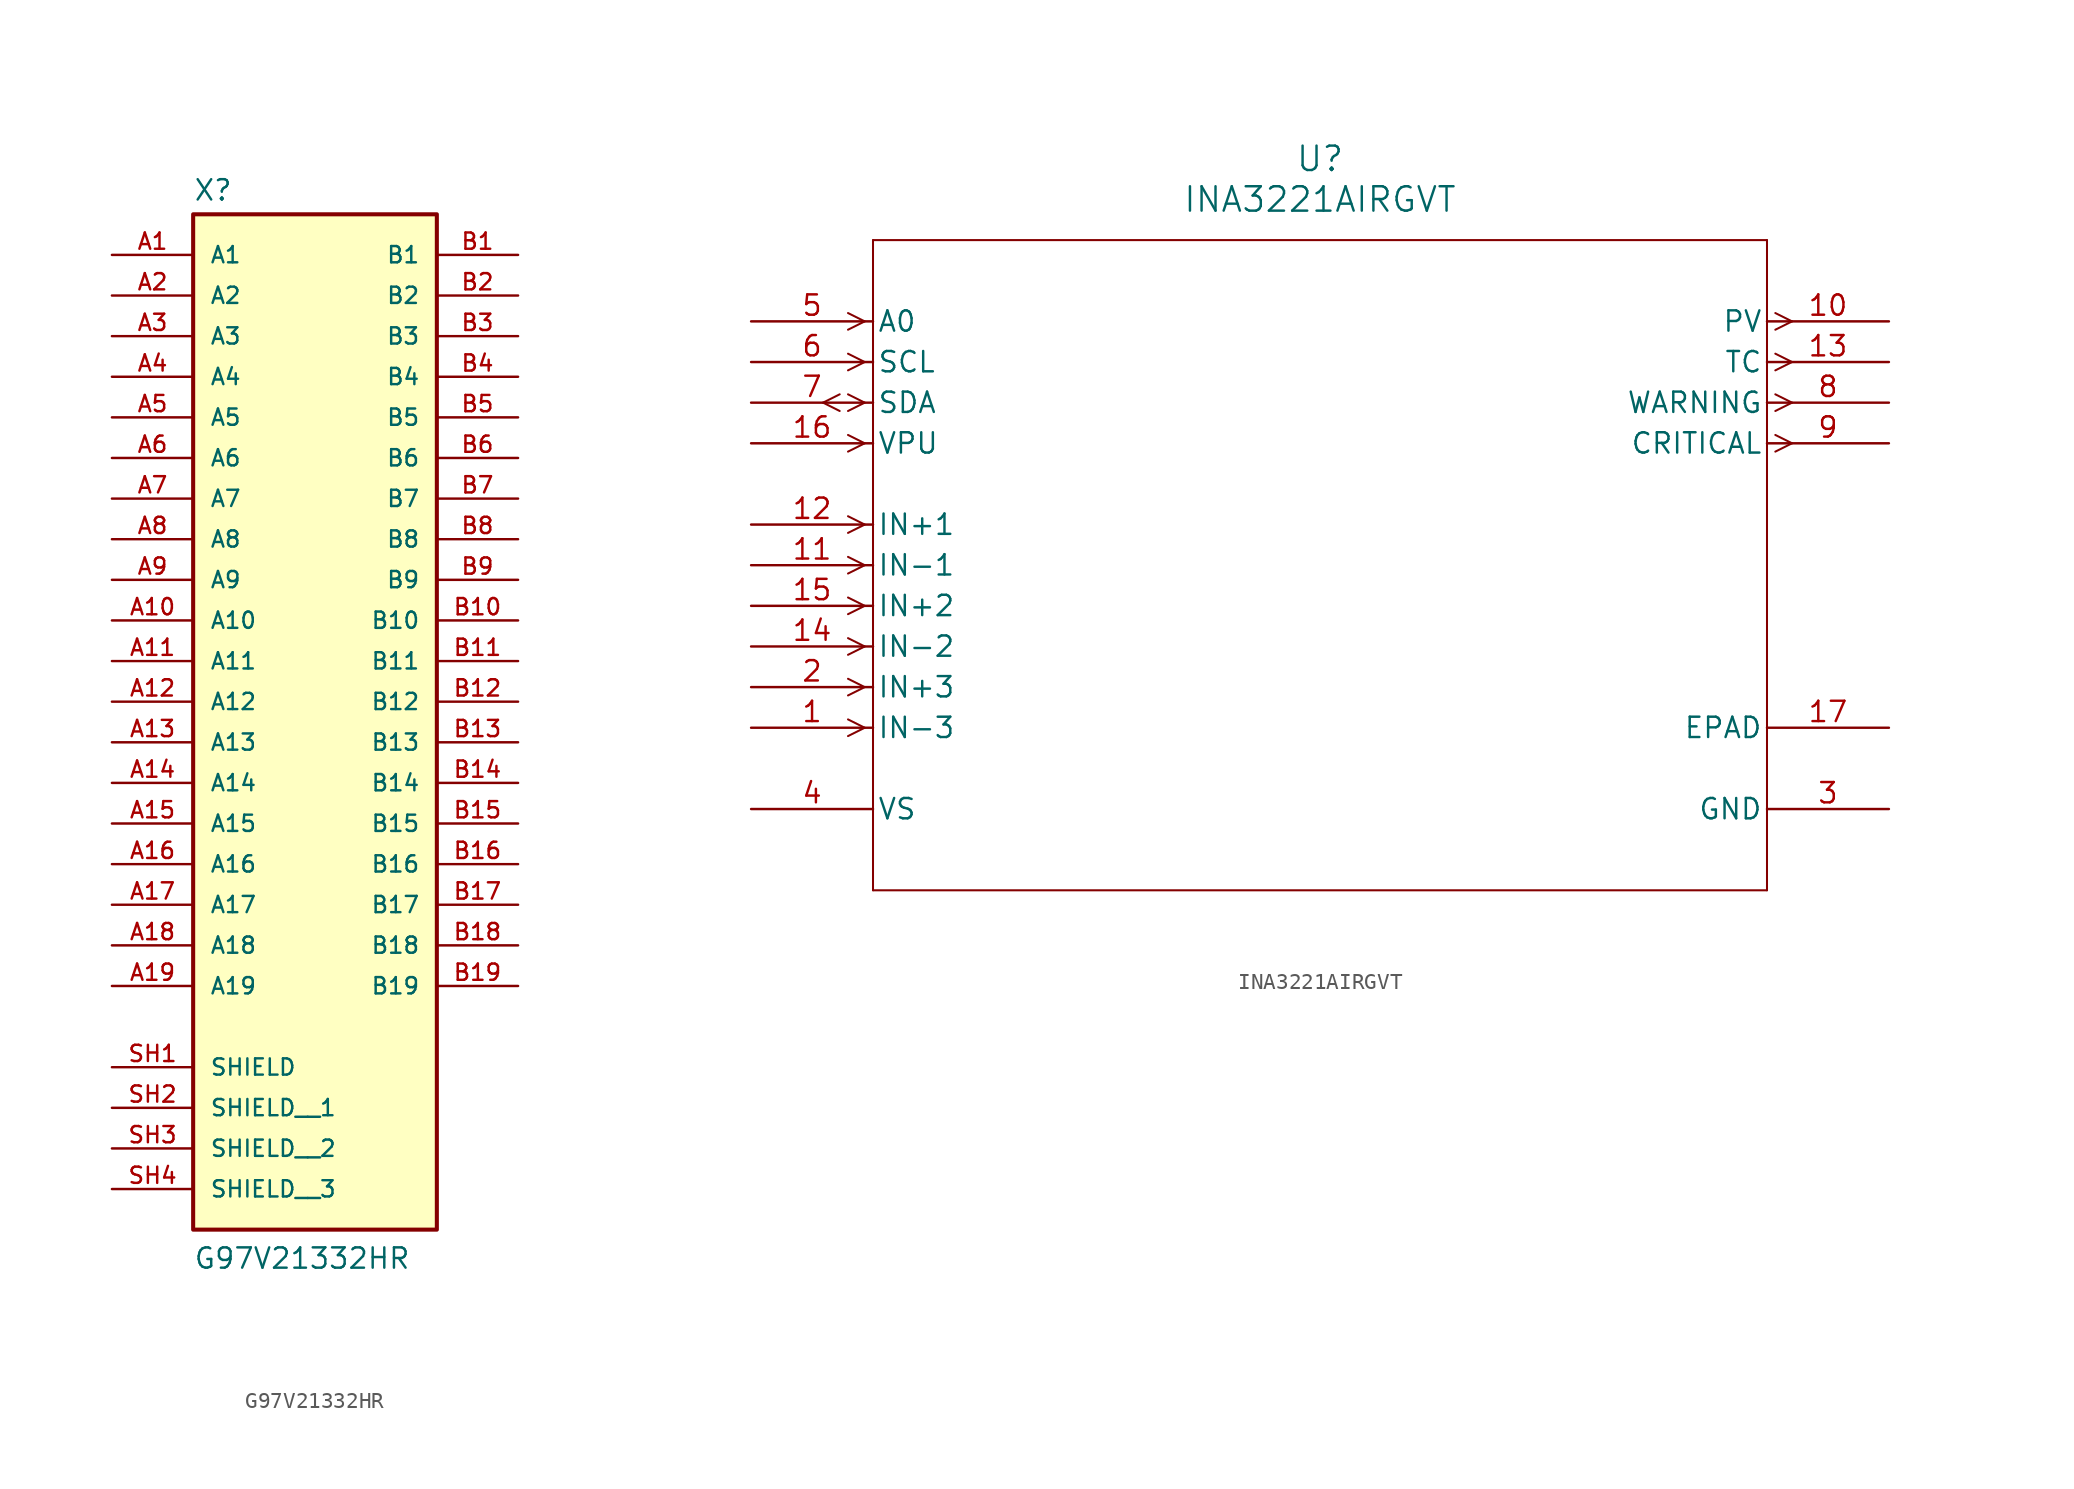
<source format=kicad_sym>
(kicad_symbol_lib
  (version 20241209)
  (generator "kicad_symbol_editor")
  (generator_version "9.0")
  (symbol "G97V21332HR"
    (pin_names
      (offset 1.016))
    (property "Reference" "X"
      (at -7.62 28.702 0)
      (effects (font (size 1.27 1.27)) (justify left bottom)))
    (property "Value" "G97V21332HR"
      (at -7.62 -38.1 0)
      (effects (font (size 1.27 1.27)) (justify left bottom)))
    (symbol "G97V21332HR_0_0"
      (rectangle (start -7.62 -35.56) (end 7.62 27.94) (stroke (width 0.254) (type default)) (fill (type background)))
      (pin passive line (at -12.7 25.4 0) (length 5.08) (name "A1" (effects (font (size 1.016 1.016)))) (number "A1" (effects (font (size 1.016 1.016)))))
      (pin passive line (at -12.7 22.86 0) (length 5.08) (name "A2" (effects (font (size 1.016 1.016)))) (number "A2" (effects (font (size 1.016 1.016)))))
      (pin passive line (at -12.7 20.32 0) (length 5.08) (name "A3" (effects (font (size 1.016 1.016)))) (number "A3" (effects (font (size 1.016 1.016)))))
      (pin passive line (at -12.7 17.78 0) (length 5.08) (name "A4" (effects (font (size 1.016 1.016)))) (number "A4" (effects (font (size 1.016 1.016)))))
      (pin passive line (at -12.7 15.24 0) (length 5.08) (name "A5" (effects (font (size 1.016 1.016)))) (number "A5" (effects (font (size 1.016 1.016)))))
      (pin passive line (at -12.7 12.7 0) (length 5.08) (name "A6" (effects (font (size 1.016 1.016)))) (number "A6" (effects (font (size 1.016 1.016)))))
      (pin passive line (at -12.7 10.16 0) (length 5.08) (name "A7" (effects (font (size 1.016 1.016)))) (number "A7" (effects (font (size 1.016 1.016)))))
      (pin passive line (at -12.7 7.62 0) (length 5.08) (name "A8" (effects (font (size 1.016 1.016)))) (number "A8" (effects (font (size 1.016 1.016)))))
      (pin passive line (at -12.7 5.08 0) (length 5.08) (name "A9" (effects (font (size 1.016 1.016)))) (number "A9" (effects (font (size 1.016 1.016)))))
      (pin passive line (at -12.7 2.54 0) (length 5.08) (name "A10" (effects (font (size 1.016 1.016)))) (number "A10" (effects (font (size 1.016 1.016)))))
      (pin passive line (at -12.7 0 0) (length 5.08) (name "A11" (effects (font (size 1.016 1.016)))) (number "A11" (effects (font (size 1.016 1.016)))))
      (pin passive line (at -12.7 -2.54 0) (length 5.08) (name "A12" (effects (font (size 1.016 1.016)))) (number "A12" (effects (font (size 1.016 1.016)))))
      (pin passive line (at -12.7 -5.08 0) (length 5.08) (name "A13" (effects (font (size 1.016 1.016)))) (number "A13" (effects (font (size 1.016 1.016)))))
      (pin passive line (at -12.7 -7.62 0) (length 5.08) (name "A14" (effects (font (size 1.016 1.016)))) (number "A14" (effects (font (size 1.016 1.016)))))
      (pin passive line (at -12.7 -10.16 0) (length 5.08) (name "A15" (effects (font (size 1.016 1.016)))) (number "A15" (effects (font (size 1.016 1.016)))))
      (pin passive line (at -12.7 -12.7 0) (length 5.08) (name "A16" (effects (font (size 1.016 1.016)))) (number "A16" (effects (font (size 1.016 1.016)))))
      (pin passive line (at -12.7 -15.24 0) (length 5.08) (name "A17" (effects (font (size 1.016 1.016)))) (number "A17" (effects (font (size 1.016 1.016)))))
      (pin passive line (at -12.7 -17.78 0) (length 5.08) (name "A18" (effects (font (size 1.016 1.016)))) (number "A18" (effects (font (size 1.016 1.016)))))
      (pin passive line (at -12.7 -20.32 0) (length 5.08) (name "A19" (effects (font (size 1.016 1.016)))) (number "A19" (effects (font (size 1.016 1.016)))))
      (pin passive line (at -12.7 -25.4 0) (length 5.08) (name "SHIELD" (effects (font (size 1.016 1.016)))) (number "SH1" (effects (font (size 1.016 1.016)))))
      (pin passive line (at -12.7 -27.94 0) (length 5.08) (name "SHIELD__1" (effects (font (size 1.016 1.016)))) (number "SH2" (effects (font (size 1.016 1.016)))))
      (pin passive line (at -12.7 -30.48 0) (length 5.08) (name "SHIELD__2" (effects (font (size 1.016 1.016)))) (number "SH3" (effects (font (size 1.016 1.016)))))
      (pin passive line (at -12.7 -33.02 0) (length 5.08) (name "SHIELD__3" (effects (font (size 1.016 1.016)))) (number "SH4" (effects (font (size 1.016 1.016)))))
      (pin passive line (at 12.7 25.4 180) (length 5.08) (name "B1" (effects (font (size 1.016 1.016)))) (number "B1" (effects (font (size 1.016 1.016)))))
      (pin passive line (at 12.7 22.86 180) (length 5.08) (name "B2" (effects (font (size 1.016 1.016)))) (number "B2" (effects (font (size 1.016 1.016)))))
      (pin passive line (at 12.7 20.32 180) (length 5.08) (name "B3" (effects (font (size 1.016 1.016)))) (number "B3" (effects (font (size 1.016 1.016)))))
      (pin passive line (at 12.7 17.78 180) (length 5.08) (name "B4" (effects (font (size 1.016 1.016)))) (number "B4" (effects (font (size 1.016 1.016)))))
      (pin passive line (at 12.7 15.24 180) (length 5.08) (name "B5" (effects (font (size 1.016 1.016)))) (number "B5" (effects (font (size 1.016 1.016)))))
      (pin passive line (at 12.7 12.7 180) (length 5.08) (name "B6" (effects (font (size 1.016 1.016)))) (number "B6" (effects (font (size 1.016 1.016)))))
      (pin passive line (at 12.7 10.16 180) (length 5.08) (name "B7" (effects (font (size 1.016 1.016)))) (number "B7" (effects (font (size 1.016 1.016)))))
      (pin passive line (at 12.7 7.62 180) (length 5.08) (name "B8" (effects (font (size 1.016 1.016)))) (number "B8" (effects (font (size 1.016 1.016)))))
      (pin passive line (at 12.7 5.08 180) (length 5.08) (name "B9" (effects (font (size 1.016 1.016)))) (number "B9" (effects (font (size 1.016 1.016)))))
      (pin passive line (at 12.7 2.54 180) (length 5.08) (name "B10" (effects (font (size 1.016 1.016)))) (number "B10" (effects (font (size 1.016 1.016)))))
      (pin passive line (at 12.7 0 180) (length 5.08) (name "B11" (effects (font (size 1.016 1.016)))) (number "B11" (effects (font (size 1.016 1.016)))))
      (pin passive line (at 12.7 -2.54 180) (length 5.08) (name "B12" (effects (font (size 1.016 1.016)))) (number "B12" (effects (font (size 1.016 1.016)))))
      (pin passive line (at 12.7 -5.08 180) (length 5.08) (name "B13" (effects (font (size 1.016 1.016)))) (number "B13" (effects (font (size 1.016 1.016)))))
      (pin passive line (at 12.7 -7.62 180) (length 5.08) (name "B14" (effects (font (size 1.016 1.016)))) (number "B14" (effects (font (size 1.016 1.016)))))
      (pin passive line (at 12.7 -10.16 180) (length 5.08) (name "B15" (effects (font (size 1.016 1.016)))) (number "B15" (effects (font (size 1.016 1.016)))))
      (pin passive line (at 12.7 -12.7 180) (length 5.08) (name "B16" (effects (font (size 1.016 1.016)))) (number "B16" (effects (font (size 1.016 1.016)))))
      (pin passive line (at 12.7 -15.24 180) (length 5.08) (name "B17" (effects (font (size 1.016 1.016)))) (number "B17" (effects (font (size 1.016 1.016)))))
      (pin passive line (at 12.7 -17.78 180) (length 5.08) (name "B18" (effects (font (size 1.016 1.016)))) (number "B18" (effects (font (size 1.016 1.016)))))
      (pin passive line (at 12.7 -20.32 180) (length 5.08) (name "B19" (effects (font (size 1.016 1.016)))) (number "B19" (effects (font (size 1.016 1.016)))))))
  (symbol "INA3221AIRGVT"
    (pin_names
      (offset 0.254))
    (property "Reference" "U"
      (at 35.56 10.16 0)
      (effects (font (size 1.524 1.524))))
    (property "Value" "INA3221AIRGVT"
      (at 35.56 7.62 0)
      (effects (font (size 1.524 1.524))))
    (symbol "INA3221AIRGVT_0_1"
      (polyline (pts (xy 5.537 -4.559) (xy 4.496 -5.08)) (stroke (width 0.127) (type default)) (fill (type none)))
      (polyline (pts (xy 5.537 -5.601) (xy 4.496 -5.08)) (stroke (width 0.127) (type default)) (fill (type none)))
      (polyline (pts (xy 7.099 0) (xy 6.058 0.521)) (stroke (width 0.127) (type default)) (fill (type none)))
      (polyline (pts (xy 7.099 0) (xy 6.058 -0.521)) (stroke (width 0.127) (type default)) (fill (type none)))
      (polyline (pts (xy 7.099 -2.54) (xy 6.058 -2.019)) (stroke (width 0.127) (type default)) (fill (type none)))
      (polyline (pts (xy 7.099 -2.54) (xy 6.058 -3.061)) (stroke (width 0.127) (type default)) (fill (type none)))
      (polyline (pts (xy 7.099 -5.08) (xy 6.058 -4.559)) (stroke (width 0.127) (type default)) (fill (type none)))
      (polyline (pts (xy 7.099 -5.08) (xy 6.058 -5.601)) (stroke (width 0.127) (type default)) (fill (type none)))
      (polyline (pts (xy 7.099 -7.62) (xy 6.058 -7.099)) (stroke (width 0.127) (type default)) (fill (type none)))
      (polyline (pts (xy 7.099 -7.62) (xy 6.058 -8.141)) (stroke (width 0.127) (type default)) (fill (type none)))
      (polyline (pts (xy 7.099 -12.7) (xy 6.058 -12.179)) (stroke (width 0.127) (type default)) (fill (type none)))
      (polyline (pts (xy 7.099 -12.7) (xy 6.058 -13.221)) (stroke (width 0.127) (type default)) (fill (type none)))
      (polyline (pts (xy 7.099 -15.24) (xy 6.058 -14.719)) (stroke (width 0.127) (type default)) (fill (type none)))
      (polyline (pts (xy 7.099 -15.24) (xy 6.058 -15.761)) (stroke (width 0.127) (type default)) (fill (type none)))
      (polyline (pts (xy 7.099 -17.78) (xy 6.058 -17.259)) (stroke (width 0.127) (type default)) (fill (type none)))
      (polyline (pts (xy 7.099 -17.78) (xy 6.058 -18.301)) (stroke (width 0.127) (type default)) (fill (type none)))
      (polyline (pts (xy 7.099 -20.32) (xy 6.058 -19.799)) (stroke (width 0.127) (type default)) (fill (type none)))
      (polyline (pts (xy 7.099 -20.32) (xy 6.058 -20.841)) (stroke (width 0.127) (type default)) (fill (type none)))
      (polyline (pts (xy 7.099 -22.86) (xy 6.058 -22.339)) (stroke (width 0.127) (type default)) (fill (type none)))
      (polyline (pts (xy 7.099 -22.86) (xy 6.058 -23.381)) (stroke (width 0.127) (type default)) (fill (type none)))
      (polyline (pts (xy 7.099 -25.4) (xy 6.058 -24.879)) (stroke (width 0.127) (type default)) (fill (type none)))
      (polyline (pts (xy 7.099 -25.4) (xy 6.058 -25.921)) (stroke (width 0.127) (type default)) (fill (type none)))
      (polyline (pts (xy 7.62 5.08) (xy 7.62 -35.56)) (stroke (width 0.127) (type default)) (fill (type none)))
      (polyline (pts (xy 7.62 -35.56) (xy 63.5 -35.56)) (stroke (width 0.127) (type default)) (fill (type none)))
      (polyline (pts (xy 63.5 5.08) (xy 7.62 5.08)) (stroke (width 0.127) (type default)) (fill (type none)))
      (polyline (pts (xy 63.5 -35.56) (xy 63.5 5.08)) (stroke (width 0.127) (type default)) (fill (type none)))
      (polyline (pts (xy 64.021 0.521) (xy 65.062 0)) (stroke (width 0.127) (type default)) (fill (type none)))
      (polyline (pts (xy 64.021 -0.521) (xy 65.062 0)) (stroke (width 0.127) (type default)) (fill (type none)))
      (polyline (pts (xy 64.021 -2.019) (xy 65.062 -2.54)) (stroke (width 0.127) (type default)) (fill (type none)))
      (polyline (pts (xy 64.021 -3.061) (xy 65.062 -2.54)) (stroke (width 0.127) (type default)) (fill (type none)))
      (polyline (pts (xy 64.021 -4.559) (xy 65.062 -5.08)) (stroke (width 0.127) (type default)) (fill (type none)))
      (polyline (pts (xy 64.021 -5.601) (xy 65.062 -5.08)) (stroke (width 0.127) (type default)) (fill (type none)))
      (polyline (pts (xy 64.021 -7.099) (xy 65.062 -7.62)) (stroke (width 0.127) (type default)) (fill (type none)))
      (polyline (pts (xy 64.021 -8.141) (xy 65.062 -7.62)) (stroke (width 0.127) (type default)) (fill (type none)))
      (pin input line (at 0 0 0) (length 7.62) (name "A0" (effects (font (size 1.27 1.27)))) (number "5" (effects (font (size 1.27 1.27)))))
      (pin input line (at 0 -2.54 0) (length 7.62) (name "SCL" (effects (font (size 1.27 1.27)))) (number "6" (effects (font (size 1.27 1.27)))))
      (pin bidirectional line (at 0 -5.08 0) (length 7.62) (name "SDA" (effects (font (size 1.27 1.27)))) (number "7" (effects (font (size 1.27 1.27)))))
      (pin input line (at 0 -7.62 0) (length 7.62) (name "VPU" (effects (font (size 1.27 1.27)))) (number "16" (effects (font (size 1.27 1.27)))))
      (pin input line (at 0 -12.7 0) (length 7.62) (name "IN+1" (effects (font (size 1.27 1.27)))) (number "12" (effects (font (size 1.27 1.27)))))
      (pin input line (at 0 -15.24 0) (length 7.62) (name "IN-1" (effects (font (size 1.27 1.27)))) (number "11" (effects (font (size 1.27 1.27)))))
      (pin input line (at 0 -17.78 0) (length 7.62) (name "IN+2" (effects (font (size 1.27 1.27)))) (number "15" (effects (font (size 1.27 1.27)))))
      (pin input line (at 0 -20.32 0) (length 7.62) (name "IN-2" (effects (font (size 1.27 1.27)))) (number "14" (effects (font (size 1.27 1.27)))))
      (pin input line (at 0 -22.86 0) (length 7.62) (name "IN+3" (effects (font (size 1.27 1.27)))) (number "2" (effects (font (size 1.27 1.27)))))
      (pin input line (at 0 -25.4 0) (length 7.62) (name "IN-3" (effects (font (size 1.27 1.27)))) (number "1" (effects (font (size 1.27 1.27)))))
      (pin unspecified line (at 0 -30.48 0) (length 7.62) (name "VS" (effects (font (size 1.27 1.27)))) (number "4" (effects (font (size 1.27 1.27)))))
      (pin output line (at 71.12 0 180) (length 7.62) (name "PV" (effects (font (size 1.27 1.27)))) (number "10" (effects (font (size 1.27 1.27)))))
      (pin output line (at 71.12 -2.54 180) (length 7.62) (name "TC" (effects (font (size 1.27 1.27)))) (number "13" (effects (font (size 1.27 1.27)))))
      (pin output line (at 71.12 -5.08 180) (length 7.62) (name "WARNING" (effects (font (size 1.27 1.27)))) (number "8" (effects (font (size 1.27 1.27)))))
      (pin output line (at 71.12 -7.62 180) (length 7.62) (name "CRITICAL" (effects (font (size 1.27 1.27)))) (number "9" (effects (font (size 1.27 1.27)))))
      (pin unspecified line (at 71.12 -25.4 180) (length 7.62) (name "EPAD" (effects (font (size 1.27 1.27)))) (number "17" (effects (font (size 1.27 1.27)))))
      (pin power_in line (at 71.12 -30.48 180) (length 7.62) (name "GND" (effects (font (size 1.27 1.27)))) (number "3" (effects (font (size 1.27 1.27))))))))
</source>
